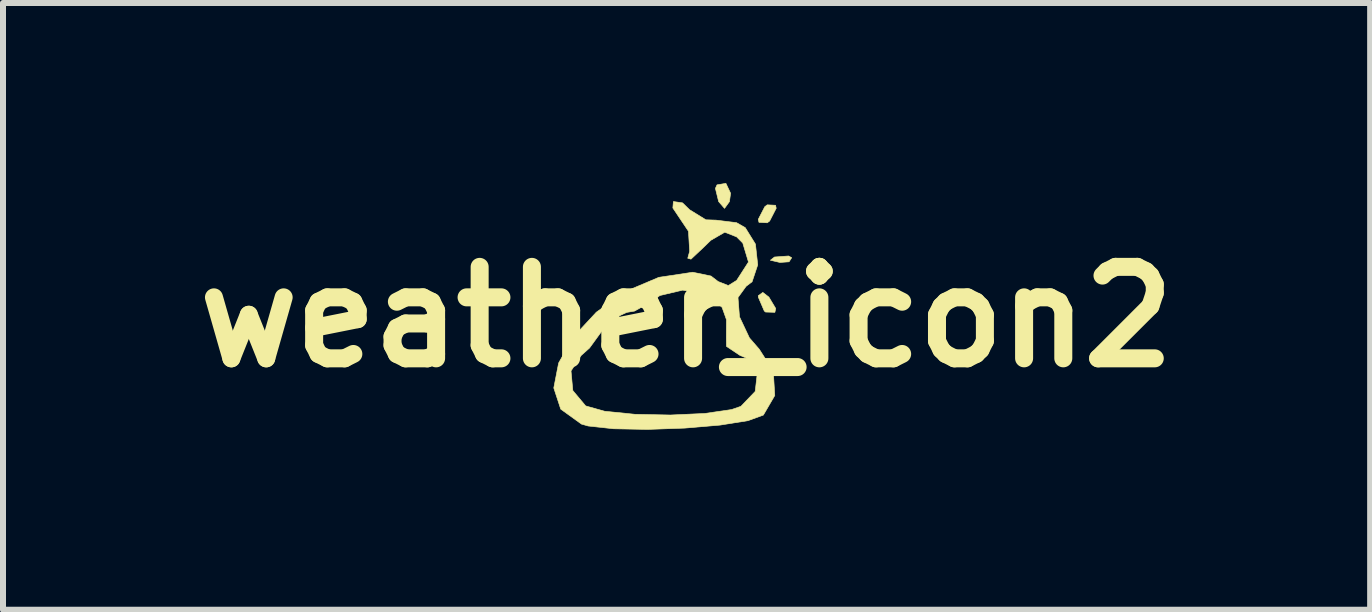
<source format=kicad_pcb>
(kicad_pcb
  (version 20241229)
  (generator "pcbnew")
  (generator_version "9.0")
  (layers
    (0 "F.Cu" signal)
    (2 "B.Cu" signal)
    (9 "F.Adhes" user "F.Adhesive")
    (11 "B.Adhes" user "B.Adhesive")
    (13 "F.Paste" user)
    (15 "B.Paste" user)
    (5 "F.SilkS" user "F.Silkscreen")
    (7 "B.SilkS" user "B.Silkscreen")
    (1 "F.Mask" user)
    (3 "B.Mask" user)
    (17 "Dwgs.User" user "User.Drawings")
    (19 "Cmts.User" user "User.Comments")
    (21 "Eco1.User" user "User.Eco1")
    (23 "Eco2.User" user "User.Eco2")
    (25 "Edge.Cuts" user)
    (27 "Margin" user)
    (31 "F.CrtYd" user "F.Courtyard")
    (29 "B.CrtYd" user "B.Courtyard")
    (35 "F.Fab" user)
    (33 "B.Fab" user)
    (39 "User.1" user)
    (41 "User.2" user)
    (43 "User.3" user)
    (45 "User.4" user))
  (footprint "weather_icon2"
    (layer "F.Cu")
    (at 8.389 2.231)
    (property "Reference" "weather_icon2" (at 0 0 0) (layer "F.SilkS") (effects (font (size 1.524 1.524) (thickness 0.3))))
    (attr through_hole)
    (fp_poly (pts (xy 1.752 -0.987) (xy 1.708 -0.919) (xy 1.556 -0.908) (xy 1.397 -0.945) (xy 1.466 -0.999) (xy 1.7 -1.016) (xy 1.752 -0.987)) (stroke (width 0.01) (type solid)) (fill yes) (layer "F.SilkS"))
    (fp_poly (pts (xy 0.734 -2.061) (xy 0.715 -1.922) (xy 0.633 -1.809) (xy 0.535 -1.922) (xy 0.481 -2.142) (xy 0.508 -2.201) (xy 0.656 -2.226) (xy 0.734 -2.061)) (stroke (width 0.01) (type solid)) (fill yes) (layer "F.SilkS"))
    (fp_poly (pts (xy 1.372 -0.331) (xy 1.486 -0.141) (xy 1.472 -0.077) (xy 1.316 -0.082) (xy 1.295 -0.1) (xy 1.196 -0.33) (xy 1.195 -0.354) (xy 1.271 -0.409) (xy 1.372 -0.331)) (stroke (width 0.01) (type solid)) (fill yes) (layer "F.SilkS"))
    (fp_poly (pts (xy 1.483 -1.861) (xy 1.494 -1.811) (xy 1.385 -1.599) (xy 1.345 -1.569) (xy 1.207 -1.576) (xy 1.195 -1.626) (xy 1.304 -1.837) (xy 1.345 -1.868) (xy 1.483 -1.861)) (stroke (width 0.01) (type solid)) (fill yes) (layer "F.SilkS"))
    (fp_poly (pts (xy -0.067 -1.901) (xy 0.05 -1.787) (xy 0.322 -1.619) (xy 0.493 -1.613) (xy 0.833 -1.571) (xy 0.978 -1.488) (xy 1.148 -1.214) (xy 1.186 -0.868) (xy 1.092 -0.586) (xy 0.993 -0.511) (xy 0.857 -0.324) (xy 0.882 -0.003) (xy 1.048 0.349) (xy 1.211 0.537) (xy 1.445 0.902) (xy 1.47 1.309) (xy 1.28 1.635) (xy 1.024 1.728) (xy 0.558 1.802) (xy -0.03 1.852) (xy -0.651 1.874) (xy -1.216 1.863) (xy -1.639 1.817) (xy -1.751 1.785) (xy -2.096 1.536) (xy -2.212 1.183) (xy -2.157 0.899) (xy -1.925 0.899) (xy -1.895 1.226) (xy -1.681 1.482) (xy -1.365 1.571) (xy -0.859 1.622) (xy -0.267 1.634) (xy 0.304 1.608) (xy 0.75 1.543) (xy 0.906 1.489) (xy 1.144 1.241) (xy 1.179 0.937) (xy 1.014 0.694) (xy 0.888 0.639) (xy 0.665 0.49) (xy 0.663 0.343) (xy 0.665 0.045) (xy 0.592 -0.16) (xy 0.328 -0.378) (xy -0.064 -0.447) (xy -0.445 -0.357) (xy -0.574 -0.263) (xy -0.866 -0.098) (xy -0.997 -0.076) (xy -1.254 0.043) (xy -1.403 0.224) (xy -1.616 0.517) (xy -1.756 0.642) (xy -1.925 0.899) (xy -2.157 0.899) (xy -2.131 0.767) (xy -1.885 0.332) (xy -1.503 -0.079) (xy -1.019 -0.424) (xy -0.462 -0.66) (xy 0.103 -0.745) (xy 0.407 -0.682) (xy 0.527 -0.59) (xy 0.696 -0.523) (xy 0.835 -0.609) (xy 1.032 -0.915) (xy 0.937 -1.231) (xy 0.835 -1.334) (xy 0.637 -1.412) (xy 0.404 -1.277) (xy 0.29 -1.166) (xy 0.074 -0.963) (xy 0.02 -0.978) (xy 0.052 -1.094) (xy 0.032 -1.428) (xy -0.082 -1.598) (xy -0.228 -1.816) (xy -0.219 -1.923) (xy -0.067 -1.901)) (stroke (width 0.01) (type solid)) (fill yes) (layer "F.SilkS")))
  (gr_rect
    (start -3 -3)
    (end 19.779 7.109)
    (stroke (width 0.1) (type default))
    (fill no)
    (layer "Edge.Cuts")))
</source>
